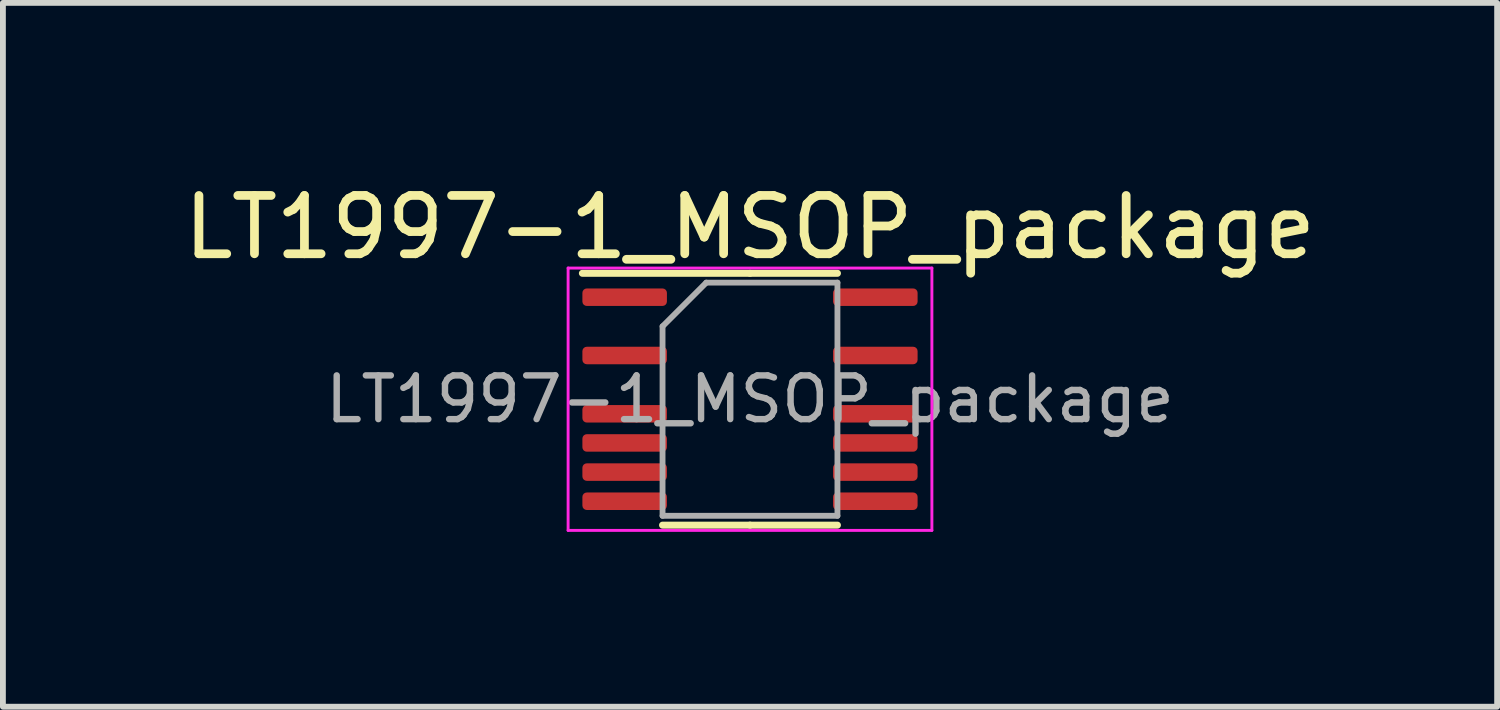
<source format=kicad_pcb>
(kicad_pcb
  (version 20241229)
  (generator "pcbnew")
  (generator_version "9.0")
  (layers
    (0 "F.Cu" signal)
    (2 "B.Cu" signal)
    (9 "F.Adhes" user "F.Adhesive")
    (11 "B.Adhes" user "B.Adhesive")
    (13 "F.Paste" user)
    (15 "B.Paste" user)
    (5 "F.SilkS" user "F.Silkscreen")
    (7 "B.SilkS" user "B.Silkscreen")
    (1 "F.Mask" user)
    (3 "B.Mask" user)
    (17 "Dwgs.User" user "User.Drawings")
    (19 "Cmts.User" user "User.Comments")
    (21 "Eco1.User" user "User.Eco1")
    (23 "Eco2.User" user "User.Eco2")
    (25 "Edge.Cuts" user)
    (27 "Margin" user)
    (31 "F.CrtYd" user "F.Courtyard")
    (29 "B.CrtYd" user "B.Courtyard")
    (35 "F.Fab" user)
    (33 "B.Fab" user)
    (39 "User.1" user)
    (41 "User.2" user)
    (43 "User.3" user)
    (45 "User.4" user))
  (footprint "LT1997-1_MSOP_package"
    (layer "F.Cu")
    (at 9.815 3.798)
    (property "Reference" "LT1997-1_MSOP_package" (at 0 -2.95 0) (layer "F.SilkS") (effects (font (size 1 1) (thickness 0.15))))
    (attr smd)
    (fp_line (start 0 -2.16) (end -2.875 -2.16) (stroke (width 0.12) (type solid)) (layer "F.SilkS"))
    (fp_line (start 0 -2.16) (end 1.5 -2.16) (stroke (width 0.12) (type solid)) (layer "F.SilkS"))
    (fp_line (start 0 2.16) (end -1.5 2.16) (stroke (width 0.12) (type solid)) (layer "F.SilkS"))
    (fp_line (start 0 2.16) (end 1.5 2.16) (stroke (width 0.12) (type solid)) (layer "F.SilkS"))
    (fp_line (start -3.12 -2.25) (end -3.12 2.25) (stroke (width 0.05) (type solid)) (layer "F.CrtYd"))
    (fp_line (start -3.12 2.25) (end 3.12 2.25) (stroke (width 0.05) (type solid)) (layer "F.CrtYd"))
    (fp_line (start 3.12 -2.25) (end -3.12 -2.25) (stroke (width 0.05) (type solid)) (layer "F.CrtYd"))
    (fp_line (start 3.12 2.25) (end 3.12 -2.25) (stroke (width 0.05) (type solid)) (layer "F.CrtYd"))
    (fp_line (start -1.5 -1.25) (end -0.75 -2) (stroke (width 0.1) (type solid)) (layer "F.Fab"))
    (fp_line (start -1.5 2) (end -1.5 -1.25) (stroke (width 0.1) (type solid)) (layer "F.Fab"))
    (fp_line (start -0.75 -2) (end 1.5 -2) (stroke (width 0.1) (type solid)) (layer "F.Fab"))
    (fp_line (start 1.5 -2) (end 1.5 2) (stroke (width 0.1) (type solid)) (layer "F.Fab"))
    (fp_line (start 1.5 2) (end -1.5 2) (stroke (width 0.1) (type solid)) (layer "F.Fab"))
    (fp_text user "${REFERENCE}" (at 0 0 0) (layer "F.Fab") (effects (font (size 0.75 0.75) (thickness 0.11))))
    (pad "1" smd roundrect (at -2.15 -1.75) (size 1.45 0.3) (layers "F.Cu" "F.Mask" "F.Paste") (roundrect_rratio 0.25))
    (pad "3" smd roundrect (at -2.15 -0.75) (size 1.45 0.3) (layers "F.Cu" "F.Mask" "F.Paste") (roundrect_rratio 0.25))
    (pad "5" smd roundrect (at -2.15 0.25) (size 1.45 0.3) (layers "F.Cu" "F.Mask" "F.Paste") (roundrect_rratio 0.25))
    (pad "6" smd roundrect (at -2.15 0.75) (size 1.45 0.3) (layers "F.Cu" "F.Mask" "F.Paste") (roundrect_rratio 0.25))
    (pad "7" smd roundrect (at -2.15 1.25) (size 1.45 0.3) (layers "F.Cu" "F.Mask" "F.Paste") (roundrect_rratio 0.25))
    (pad "8" smd roundrect (at -2.15 1.75) (size 1.45 0.3) (layers "F.Cu" "F.Mask" "F.Paste") (roundrect_rratio 0.25))
    (pad "9" smd roundrect (at 2.15 1.75) (size 1.45 0.3) (layers "F.Cu" "F.Mask" "F.Paste") (roundrect_rratio 0.25))
    (pad "10" smd roundrect (at 2.15 1.25) (size 1.45 0.3) (layers "F.Cu" "F.Mask" "F.Paste") (roundrect_rratio 0.25))
    (pad "11" smd roundrect (at 2.15 0.75) (size 1.45 0.3) (layers "F.Cu" "F.Mask" "F.Paste") (roundrect_rratio 0.25))
    (pad "12" smd roundrect (at 2.15 0.25) (size 1.45 0.3) (layers "F.Cu" "F.Mask" "F.Paste") (roundrect_rratio 0.25))
    (pad "14" smd roundrect (at 2.15 -0.75) (size 1.45 0.3) (layers "F.Cu" "F.Mask" "F.Paste") (roundrect_rratio 0.25))
    (pad "16" smd roundrect (at 2.15 -1.75) (size 1.45 0.3) (layers "F.Cu" "F.Mask" "F.Paste") (roundrect_rratio 0.25)))
  (gr_rect
    (start -3 -3)
    (end 22.631 9.073)
    (stroke (width 0.1) (type default))
    (fill no)
    (layer "Edge.Cuts")))
</source>
